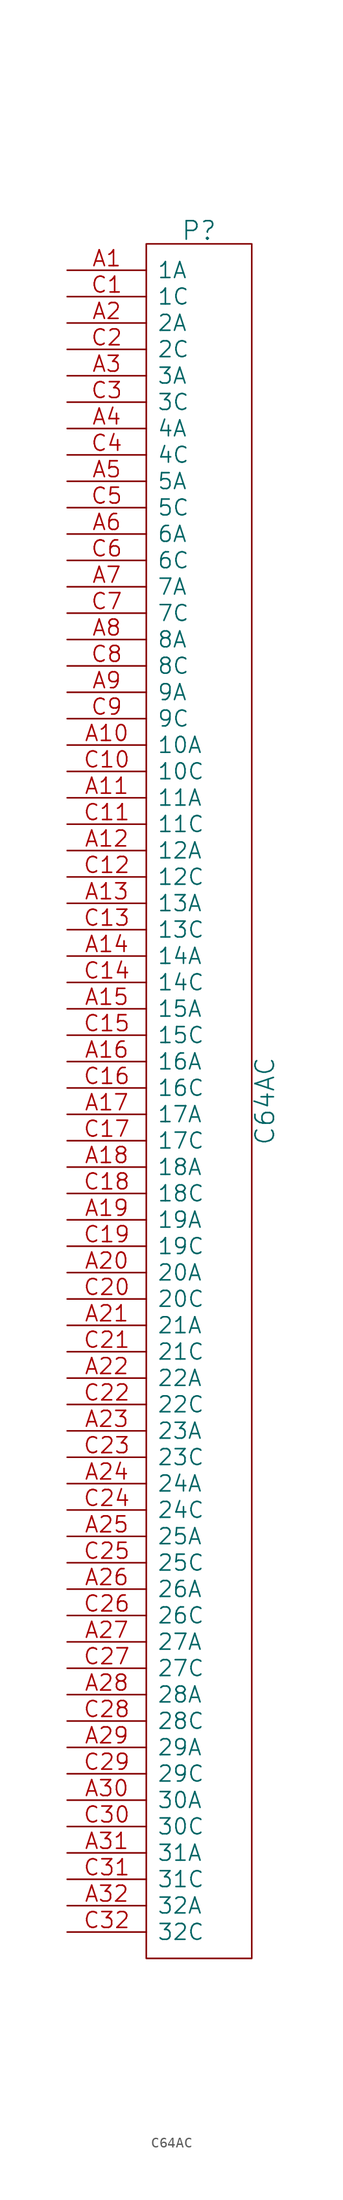
<source format=kicad_sym>
(kicad_symbol_lib
  (version 20220914)
  (generator kicad_symbol_editor)
  (symbol "C64AC"
    (pin_names
      (offset 1.016))
    (property "Reference" "P"
      (at 0 83.82 0)
      (effects (font (size 1.778 1.778))))
    (property "Value" "C64AC"
      (at 6.35 0 90)
      (effects (font (size 1.778 1.778))))
    (property "Footprint" ""
      (at 0 0 0)
      (effects (font (size 1.524 1.524))))
    (property "Datasheet" ""
      (at 0 0 0)
      (effects (font (size 1.524 1.524))))
    (symbol "C64AC_0_1"
      (rectangle (start -5.08 -82.55) (end 5.08 82.55) (stroke (width 0) (type default)) (fill (type none))))
    (symbol "C64AC_1_1"
      (pin passive line (at -12.7 80.01 0) (length 7.62) (name "1A" (effects (font (size 1.524 1.524)))) (number "A1" (effects (font (size 1.524 1.524)))))
      (pin passive line (at -12.7 34.29 0) (length 7.62) (name "10A" (effects (font (size 1.524 1.524)))) (number "A10" (effects (font (size 1.524 1.524)))))
      (pin passive line (at -12.7 29.21 0) (length 7.62) (name "11A" (effects (font (size 1.524 1.524)))) (number "A11" (effects (font (size 1.524 1.524)))))
      (pin passive line (at -12.7 24.13 0) (length 7.62) (name "12A" (effects (font (size 1.524 1.524)))) (number "A12" (effects (font (size 1.524 1.524)))))
      (pin passive line (at -12.7 19.05 0) (length 7.62) (name "13A" (effects (font (size 1.524 1.524)))) (number "A13" (effects (font (size 1.524 1.524)))))
      (pin passive line (at -12.7 13.97 0) (length 7.62) (name "14A" (effects (font (size 1.524 1.524)))) (number "A14" (effects (font (size 1.524 1.524)))))
      (pin passive line (at -12.7 8.89 0) (length 7.62) (name "15A" (effects (font (size 1.524 1.524)))) (number "A15" (effects (font (size 1.524 1.524)))))
      (pin passive line (at -12.7 3.81 0) (length 7.62) (name "16A" (effects (font (size 1.524 1.524)))) (number "A16" (effects (font (size 1.524 1.524)))))
      (pin passive line (at -12.7 -1.27 0) (length 7.62) (name "17A" (effects (font (size 1.524 1.524)))) (number "A17" (effects (font (size 1.524 1.524)))))
      (pin passive line (at -12.7 -6.35 0) (length 7.62) (name "18A" (effects (font (size 1.524 1.524)))) (number "A18" (effects (font (size 1.524 1.524)))))
      (pin passive line (at -12.7 -11.43 0) (length 7.62) (name "19A" (effects (font (size 1.524 1.524)))) (number "A19" (effects (font (size 1.524 1.524)))))
      (pin passive line (at -12.7 74.93 0) (length 7.62) (name "2A" (effects (font (size 1.524 1.524)))) (number "A2" (effects (font (size 1.524 1.524)))))
      (pin passive line (at -12.7 -16.51 0) (length 7.62) (name "20A" (effects (font (size 1.524 1.524)))) (number "A20" (effects (font (size 1.524 1.524)))))
      (pin passive line (at -12.7 -21.59 0) (length 7.62) (name "21A" (effects (font (size 1.524 1.524)))) (number "A21" (effects (font (size 1.524 1.524)))))
      (pin passive line (at -12.7 -26.67 0) (length 7.62) (name "22A" (effects (font (size 1.524 1.524)))) (number "A22" (effects (font (size 1.524 1.524)))))
      (pin passive line (at -12.7 -31.75 0) (length 7.62) (name "23A" (effects (font (size 1.524 1.524)))) (number "A23" (effects (font (size 1.524 1.524)))))
      (pin passive line (at -12.7 -36.83 0) (length 7.62) (name "24A" (effects (font (size 1.524 1.524)))) (number "A24" (effects (font (size 1.524 1.524)))))
      (pin passive line (at -12.7 -41.91 0) (length 7.62) (name "25A" (effects (font (size 1.524 1.524)))) (number "A25" (effects (font (size 1.524 1.524)))))
      (pin passive line (at -12.7 -46.99 0) (length 7.62) (name "26A" (effects (font (size 1.524 1.524)))) (number "A26" (effects (font (size 1.524 1.524)))))
      (pin passive line (at -12.7 -52.07 0) (length 7.62) (name "27A" (effects (font (size 1.524 1.524)))) (number "A27" (effects (font (size 1.524 1.524)))))
      (pin passive line (at -12.7 -57.15 0) (length 7.62) (name "28A" (effects (font (size 1.524 1.524)))) (number "A28" (effects (font (size 1.524 1.524)))))
      (pin passive line (at -12.7 -62.23 0) (length 7.62) (name "29A" (effects (font (size 1.524 1.524)))) (number "A29" (effects (font (size 1.524 1.524)))))
      (pin passive line (at -12.7 69.85 0) (length 7.62) (name "3A" (effects (font (size 1.524 1.524)))) (number "A3" (effects (font (size 1.524 1.524)))))
      (pin passive line (at -12.7 -67.31 0) (length 7.62) (name "30A" (effects (font (size 1.524 1.524)))) (number "A30" (effects (font (size 1.524 1.524)))))
      (pin passive line (at -12.7 -72.39 0) (length 7.62) (name "31A" (effects (font (size 1.524 1.524)))) (number "A31" (effects (font (size 1.524 1.524)))))
      (pin passive line (at -12.7 -77.47 0) (length 7.62) (name "32A" (effects (font (size 1.524 1.524)))) (number "A32" (effects (font (size 1.524 1.524)))))
      (pin passive line (at -12.7 64.77 0) (length 7.62) (name "4A" (effects (font (size 1.524 1.524)))) (number "A4" (effects (font (size 1.524 1.524)))))
      (pin passive line (at -12.7 59.69 0) (length 7.62) (name "5A" (effects (font (size 1.524 1.524)))) (number "A5" (effects (font (size 1.524 1.524)))))
      (pin passive line (at -12.7 54.61 0) (length 7.62) (name "6A" (effects (font (size 1.524 1.524)))) (number "A6" (effects (font (size 1.524 1.524)))))
      (pin passive line (at -12.7 49.53 0) (length 7.62) (name "7A" (effects (font (size 1.524 1.524)))) (number "A7" (effects (font (size 1.524 1.524)))))
      (pin passive line (at -12.7 44.45 0) (length 7.62) (name "8A" (effects (font (size 1.524 1.524)))) (number "A8" (effects (font (size 1.524 1.524)))))
      (pin passive line (at -12.7 39.37 0) (length 7.62) (name "9A" (effects (font (size 1.524 1.524)))) (number "A9" (effects (font (size 1.524 1.524)))))
      (pin passive line (at -12.7 77.47 0) (length 7.62) (name "1C" (effects (font (size 1.524 1.524)))) (number "C1" (effects (font (size 1.524 1.524)))))
      (pin passive line (at -12.7 31.75 0) (length 7.62) (name "10C" (effects (font (size 1.524 1.524)))) (number "C10" (effects (font (size 1.524 1.524)))))
      (pin passive line (at -12.7 26.67 0) (length 7.62) (name "11C" (effects (font (size 1.524 1.524)))) (number "C11" (effects (font (size 1.524 1.524)))))
      (pin passive line (at -12.7 21.59 0) (length 7.62) (name "12C" (effects (font (size 1.524 1.524)))) (number "C12" (effects (font (size 1.524 1.524)))))
      (pin passive line (at -12.7 16.51 0) (length 7.62) (name "13C" (effects (font (size 1.524 1.524)))) (number "C13" (effects (font (size 1.524 1.524)))))
      (pin passive line (at -12.7 11.43 0) (length 7.62) (name "14C" (effects (font (size 1.524 1.524)))) (number "C14" (effects (font (size 1.524 1.524)))))
      (pin passive line (at -12.7 6.35 0) (length 7.62) (name "15C" (effects (font (size 1.524 1.524)))) (number "C15" (effects (font (size 1.524 1.524)))))
      (pin passive line (at -12.7 1.27 0) (length 7.62) (name "16C" (effects (font (size 1.524 1.524)))) (number "C16" (effects (font (size 1.524 1.524)))))
      (pin passive line (at -12.7 -3.81 0) (length 7.62) (name "17C" (effects (font (size 1.524 1.524)))) (number "C17" (effects (font (size 1.524 1.524)))))
      (pin passive line (at -12.7 -8.89 0) (length 7.62) (name "18C" (effects (font (size 1.524 1.524)))) (number "C18" (effects (font (size 1.524 1.524)))))
      (pin passive line (at -12.7 -13.97 0) (length 7.62) (name "19C" (effects (font (size 1.524 1.524)))) (number "C19" (effects (font (size 1.524 1.524)))))
      (pin passive line (at -12.7 72.39 0) (length 7.62) (name "2C" (effects (font (size 1.524 1.524)))) (number "C2" (effects (font (size 1.524 1.524)))))
      (pin passive line (at -12.7 -19.05 0) (length 7.62) (name "20C" (effects (font (size 1.524 1.524)))) (number "C20" (effects (font (size 1.524 1.524)))))
      (pin passive line (at -12.7 -24.13 0) (length 7.62) (name "21C" (effects (font (size 1.524 1.524)))) (number "C21" (effects (font (size 1.524 1.524)))))
      (pin passive line (at -12.7 -29.21 0) (length 7.62) (name "22C" (effects (font (size 1.524 1.524)))) (number "C22" (effects (font (size 1.524 1.524)))))
      (pin passive line (at -12.7 -34.29 0) (length 7.62) (name "23C" (effects (font (size 1.524 1.524)))) (number "C23" (effects (font (size 1.524 1.524)))))
      (pin passive line (at -12.7 -39.37 0) (length 7.62) (name "24C" (effects (font (size 1.524 1.524)))) (number "C24" (effects (font (size 1.524 1.524)))))
      (pin passive line (at -12.7 -44.45 0) (length 7.62) (name "25C" (effects (font (size 1.524 1.524)))) (number "C25" (effects (font (size 1.524 1.524)))))
      (pin passive line (at -12.7 -49.53 0) (length 7.62) (name "26C" (effects (font (size 1.524 1.524)))) (number "C26" (effects (font (size 1.524 1.524)))))
      (pin passive line (at -12.7 -54.61 0) (length 7.62) (name "27C" (effects (font (size 1.524 1.524)))) (number "C27" (effects (font (size 1.524 1.524)))))
      (pin passive line (at -12.7 -59.69 0) (length 7.62) (name "28C" (effects (font (size 1.524 1.524)))) (number "C28" (effects (font (size 1.524 1.524)))))
      (pin passive line (at -12.7 -64.77 0) (length 7.62) (name "29C" (effects (font (size 1.524 1.524)))) (number "C29" (effects (font (size 1.524 1.524)))))
      (pin passive line (at -12.7 67.31 0) (length 7.62) (name "3C" (effects (font (size 1.524 1.524)))) (number "C3" (effects (font (size 1.524 1.524)))))
      (pin passive line (at -12.7 -69.85 0) (length 7.62) (name "30C" (effects (font (size 1.524 1.524)))) (number "C30" (effects (font (size 1.524 1.524)))))
      (pin passive line (at -12.7 -74.93 0) (length 7.62) (name "31C" (effects (font (size 1.524 1.524)))) (number "C31" (effects (font (size 1.524 1.524)))))
      (pin passive line (at -12.7 -80.01 0) (length 7.62) (name "32C" (effects (font (size 1.524 1.524)))) (number "C32" (effects (font (size 1.524 1.524)))))
      (pin passive line (at -12.7 62.23 0) (length 7.62) (name "4C" (effects (font (size 1.524 1.524)))) (number "C4" (effects (font (size 1.524 1.524)))))
      (pin passive line (at -12.7 57.15 0) (length 7.62) (name "5C" (effects (font (size 1.524 1.524)))) (number "C5" (effects (font (size 1.524 1.524)))))
      (pin passive line (at -12.7 52.07 0) (length 7.62) (name "6C" (effects (font (size 1.524 1.524)))) (number "C6" (effects (font (size 1.524 1.524)))))
      (pin passive line (at -12.7 46.99 0) (length 7.62) (name "7C" (effects (font (size 1.524 1.524)))) (number "C7" (effects (font (size 1.524 1.524)))))
      (pin passive line (at -12.7 41.91 0) (length 7.62) (name "8C" (effects (font (size 1.524 1.524)))) (number "C8" (effects (font (size 1.524 1.524)))))
      (pin passive line (at -12.7 36.83 0) (length 7.62) (name "9C" (effects (font (size 1.524 1.524)))) (number "C9" (effects (font (size 1.524 1.524))))))))
</source>
